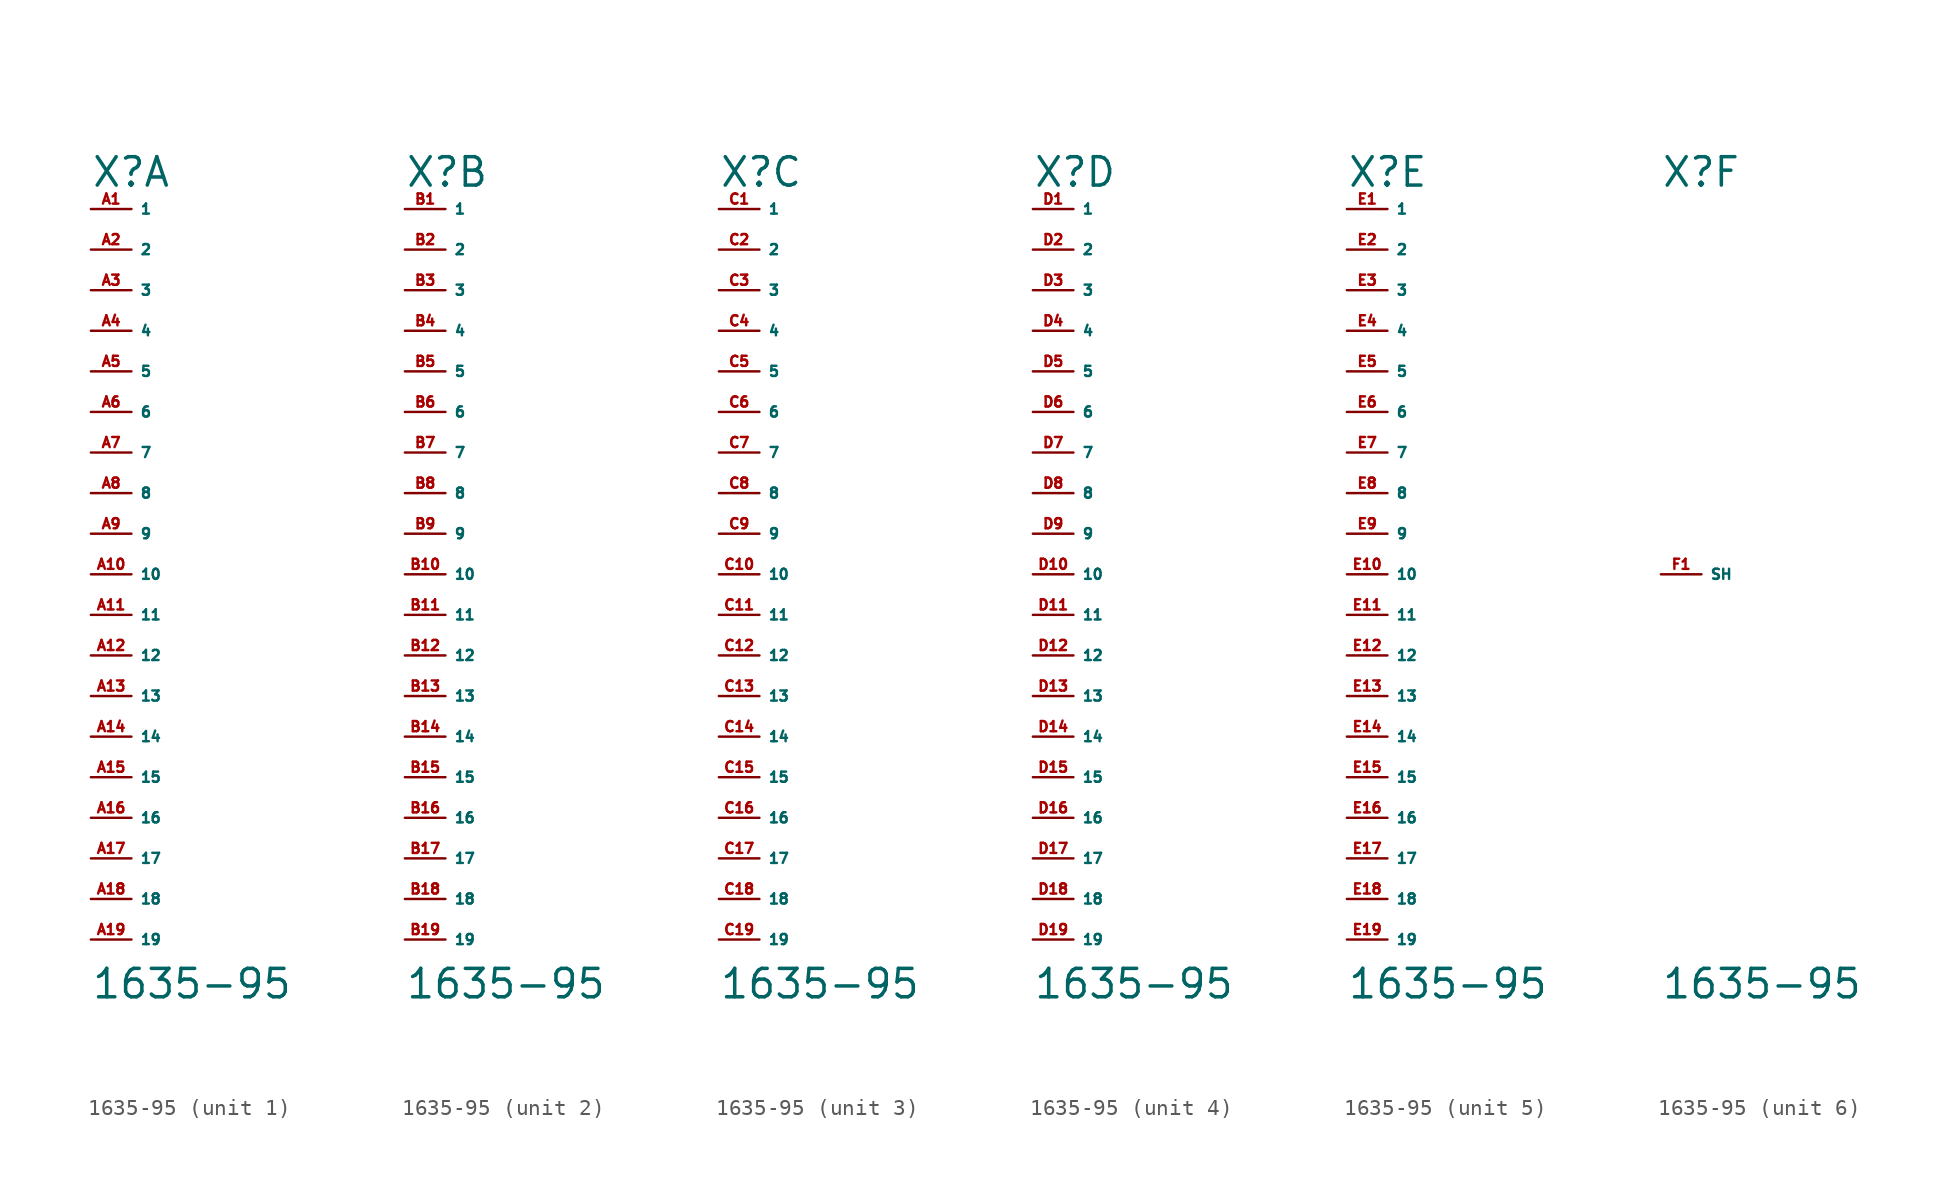
<source format=kicad_sym>
(kicad_symbol_lib
  (version 20220914)
  (generator Eagle2Kicad)
  (symbol "1635-95"
    (property "Reference" "X"
      (at -2.54 24.13 0)
      (effects (font (size 1.778 1.778) (thickness 0.22)) (justify left bottom)))
    (property "Value" "1635-95"
      (at -2.54 -26.67 0)
      (effects (font (size 1.778 1.778) (thickness 0.22)) (justify left bottom)))
    (symbol "1635-95_1_0"
      (pin passive line (at -2.54 22.86 0) (length 2.54) (name "1" (effects (font (size 0.635 0.635) (thickness 0.08)) (justify left bottom))) (number "A1" (effects (font (size 0.635 0.635) (thickness 0.08)) (justify left bottom))))
      (pin passive line (at -2.54 20.32 0) (length 2.54) (name "2" (effects (font (size 0.635 0.635) (thickness 0.08)) (justify left bottom))) (number "A2" (effects (font (size 0.635 0.635) (thickness 0.08)) (justify left bottom))))
      (pin passive line (at -2.54 17.78 0) (length 2.54) (name "3" (effects (font (size 0.635 0.635) (thickness 0.08)) (justify left bottom))) (number "A3" (effects (font (size 0.635 0.635) (thickness 0.08)) (justify left bottom))))
      (pin passive line (at -2.54 15.24 0) (length 2.54) (name "4" (effects (font (size 0.635 0.635) (thickness 0.08)) (justify left bottom))) (number "A4" (effects (font (size 0.635 0.635) (thickness 0.08)) (justify left bottom))))
      (pin passive line (at -2.54 12.7 0) (length 2.54) (name "5" (effects (font (size 0.635 0.635) (thickness 0.08)) (justify left bottom))) (number "A5" (effects (font (size 0.635 0.635) (thickness 0.08)) (justify left bottom))))
      (pin passive line (at -2.54 10.16 0) (length 2.54) (name "6" (effects (font (size 0.635 0.635) (thickness 0.08)) (justify left bottom))) (number "A6" (effects (font (size 0.635 0.635) (thickness 0.08)) (justify left bottom))))
      (pin passive line (at -2.54 7.62 0) (length 2.54) (name "7" (effects (font (size 0.635 0.635) (thickness 0.08)) (justify left bottom))) (number "A7" (effects (font (size 0.635 0.635) (thickness 0.08)) (justify left bottom))))
      (pin passive line (at -2.54 5.08 0) (length 2.54) (name "8" (effects (font (size 0.635 0.635) (thickness 0.08)) (justify left bottom))) (number "A8" (effects (font (size 0.635 0.635) (thickness 0.08)) (justify left bottom))))
      (pin passive line (at -2.54 2.54 0) (length 2.54) (name "9" (effects (font (size 0.635 0.635) (thickness 0.08)) (justify left bottom))) (number "A9" (effects (font (size 0.635 0.635) (thickness 0.08)) (justify left bottom))))
      (pin passive line (at -2.54 0 0) (length 2.54) (name "10" (effects (font (size 0.635 0.635) (thickness 0.08)) (justify left bottom))) (number "A10" (effects (font (size 0.635 0.635) (thickness 0.08)) (justify left bottom))))
      (pin passive line (at -2.54 -2.54 0) (length 2.54) (name "11" (effects (font (size 0.635 0.635) (thickness 0.08)) (justify left bottom))) (number "A11" (effects (font (size 0.635 0.635) (thickness 0.08)) (justify left bottom))))
      (pin passive line (at -2.54 -5.08 0) (length 2.54) (name "12" (effects (font (size 0.635 0.635) (thickness 0.08)) (justify left bottom))) (number "A12" (effects (font (size 0.635 0.635) (thickness 0.08)) (justify left bottom))))
      (pin passive line (at -2.54 -7.62 0) (length 2.54) (name "13" (effects (font (size 0.635 0.635) (thickness 0.08)) (justify left bottom))) (number "A13" (effects (font (size 0.635 0.635) (thickness 0.08)) (justify left bottom))))
      (pin passive line (at -2.54 -10.16 0) (length 2.54) (name "14" (effects (font (size 0.635 0.635) (thickness 0.08)) (justify left bottom))) (number "A14" (effects (font (size 0.635 0.635) (thickness 0.08)) (justify left bottom))))
      (pin passive line (at -2.54 -12.7 0) (length 2.54) (name "15" (effects (font (size 0.635 0.635) (thickness 0.08)) (justify left bottom))) (number "A15" (effects (font (size 0.635 0.635) (thickness 0.08)) (justify left bottom))))
      (pin passive line (at -2.54 -15.24 0) (length 2.54) (name "16" (effects (font (size 0.635 0.635) (thickness 0.08)) (justify left bottom))) (number "A16" (effects (font (size 0.635 0.635) (thickness 0.08)) (justify left bottom))))
      (pin passive line (at -2.54 -17.78 0) (length 2.54) (name "17" (effects (font (size 0.635 0.635) (thickness 0.08)) (justify left bottom))) (number "A17" (effects (font (size 0.635 0.635) (thickness 0.08)) (justify left bottom))))
      (pin passive line (at -2.54 -20.32 0) (length 2.54) (name "18" (effects (font (size 0.635 0.635) (thickness 0.08)) (justify left bottom))) (number "A18" (effects (font (size 0.635 0.635) (thickness 0.08)) (justify left bottom))))
      (pin passive line (at -2.54 -22.86 0) (length 2.54) (name "19" (effects (font (size 0.635 0.635) (thickness 0.08)) (justify left bottom))) (number "A19" (effects (font (size 0.635 0.635) (thickness 0.08)) (justify left bottom)))))
    (symbol "1635-95_2_0"
      (pin passive line (at -2.54 22.86 0) (length 2.54) (name "1" (effects (font (size 0.635 0.635) (thickness 0.08)) (justify left bottom))) (number "B1" (effects (font (size 0.635 0.635) (thickness 0.08)) (justify left bottom))))
      (pin passive line (at -2.54 20.32 0) (length 2.54) (name "2" (effects (font (size 0.635 0.635) (thickness 0.08)) (justify left bottom))) (number "B2" (effects (font (size 0.635 0.635) (thickness 0.08)) (justify left bottom))))
      (pin passive line (at -2.54 17.78 0) (length 2.54) (name "3" (effects (font (size 0.635 0.635) (thickness 0.08)) (justify left bottom))) (number "B3" (effects (font (size 0.635 0.635) (thickness 0.08)) (justify left bottom))))
      (pin passive line (at -2.54 15.24 0) (length 2.54) (name "4" (effects (font (size 0.635 0.635) (thickness 0.08)) (justify left bottom))) (number "B4" (effects (font (size 0.635 0.635) (thickness 0.08)) (justify left bottom))))
      (pin passive line (at -2.54 12.7 0) (length 2.54) (name "5" (effects (font (size 0.635 0.635) (thickness 0.08)) (justify left bottom))) (number "B5" (effects (font (size 0.635 0.635) (thickness 0.08)) (justify left bottom))))
      (pin passive line (at -2.54 10.16 0) (length 2.54) (name "6" (effects (font (size 0.635 0.635) (thickness 0.08)) (justify left bottom))) (number "B6" (effects (font (size 0.635 0.635) (thickness 0.08)) (justify left bottom))))
      (pin passive line (at -2.54 7.62 0) (length 2.54) (name "7" (effects (font (size 0.635 0.635) (thickness 0.08)) (justify left bottom))) (number "B7" (effects (font (size 0.635 0.635) (thickness 0.08)) (justify left bottom))))
      (pin passive line (at -2.54 5.08 0) (length 2.54) (name "8" (effects (font (size 0.635 0.635) (thickness 0.08)) (justify left bottom))) (number "B8" (effects (font (size 0.635 0.635) (thickness 0.08)) (justify left bottom))))
      (pin passive line (at -2.54 2.54 0) (length 2.54) (name "9" (effects (font (size 0.635 0.635) (thickness 0.08)) (justify left bottom))) (number "B9" (effects (font (size 0.635 0.635) (thickness 0.08)) (justify left bottom))))
      (pin passive line (at -2.54 0 0) (length 2.54) (name "10" (effects (font (size 0.635 0.635) (thickness 0.08)) (justify left bottom))) (number "B10" (effects (font (size 0.635 0.635) (thickness 0.08)) (justify left bottom))))
      (pin passive line (at -2.54 -2.54 0) (length 2.54) (name "11" (effects (font (size 0.635 0.635) (thickness 0.08)) (justify left bottom))) (number "B11" (effects (font (size 0.635 0.635) (thickness 0.08)) (justify left bottom))))
      (pin passive line (at -2.54 -5.08 0) (length 2.54) (name "12" (effects (font (size 0.635 0.635) (thickness 0.08)) (justify left bottom))) (number "B12" (effects (font (size 0.635 0.635) (thickness 0.08)) (justify left bottom))))
      (pin passive line (at -2.54 -7.62 0) (length 2.54) (name "13" (effects (font (size 0.635 0.635) (thickness 0.08)) (justify left bottom))) (number "B13" (effects (font (size 0.635 0.635) (thickness 0.08)) (justify left bottom))))
      (pin passive line (at -2.54 -10.16 0) (length 2.54) (name "14" (effects (font (size 0.635 0.635) (thickness 0.08)) (justify left bottom))) (number "B14" (effects (font (size 0.635 0.635) (thickness 0.08)) (justify left bottom))))
      (pin passive line (at -2.54 -12.7 0) (length 2.54) (name "15" (effects (font (size 0.635 0.635) (thickness 0.08)) (justify left bottom))) (number "B15" (effects (font (size 0.635 0.635) (thickness 0.08)) (justify left bottom))))
      (pin passive line (at -2.54 -15.24 0) (length 2.54) (name "16" (effects (font (size 0.635 0.635) (thickness 0.08)) (justify left bottom))) (number "B16" (effects (font (size 0.635 0.635) (thickness 0.08)) (justify left bottom))))
      (pin passive line (at -2.54 -17.78 0) (length 2.54) (name "17" (effects (font (size 0.635 0.635) (thickness 0.08)) (justify left bottom))) (number "B17" (effects (font (size 0.635 0.635) (thickness 0.08)) (justify left bottom))))
      (pin passive line (at -2.54 -20.32 0) (length 2.54) (name "18" (effects (font (size 0.635 0.635) (thickness 0.08)) (justify left bottom))) (number "B18" (effects (font (size 0.635 0.635) (thickness 0.08)) (justify left bottom))))
      (pin passive line (at -2.54 -22.86 0) (length 2.54) (name "19" (effects (font (size 0.635 0.635) (thickness 0.08)) (justify left bottom))) (number "B19" (effects (font (size 0.635 0.635) (thickness 0.08)) (justify left bottom)))))
    (symbol "1635-95_3_0"
      (pin passive line (at -2.54 22.86 0) (length 2.54) (name "1" (effects (font (size 0.635 0.635) (thickness 0.08)) (justify left bottom))) (number "C1" (effects (font (size 0.635 0.635) (thickness 0.08)) (justify left bottom))))
      (pin passive line (at -2.54 20.32 0) (length 2.54) (name "2" (effects (font (size 0.635 0.635) (thickness 0.08)) (justify left bottom))) (number "C2" (effects (font (size 0.635 0.635) (thickness 0.08)) (justify left bottom))))
      (pin passive line (at -2.54 17.78 0) (length 2.54) (name "3" (effects (font (size 0.635 0.635) (thickness 0.08)) (justify left bottom))) (number "C3" (effects (font (size 0.635 0.635) (thickness 0.08)) (justify left bottom))))
      (pin passive line (at -2.54 15.24 0) (length 2.54) (name "4" (effects (font (size 0.635 0.635) (thickness 0.08)) (justify left bottom))) (number "C4" (effects (font (size 0.635 0.635) (thickness 0.08)) (justify left bottom))))
      (pin passive line (at -2.54 12.7 0) (length 2.54) (name "5" (effects (font (size 0.635 0.635) (thickness 0.08)) (justify left bottom))) (number "C5" (effects (font (size 0.635 0.635) (thickness 0.08)) (justify left bottom))))
      (pin passive line (at -2.54 10.16 0) (length 2.54) (name "6" (effects (font (size 0.635 0.635) (thickness 0.08)) (justify left bottom))) (number "C6" (effects (font (size 0.635 0.635) (thickness 0.08)) (justify left bottom))))
      (pin passive line (at -2.54 7.62 0) (length 2.54) (name "7" (effects (font (size 0.635 0.635) (thickness 0.08)) (justify left bottom))) (number "C7" (effects (font (size 0.635 0.635) (thickness 0.08)) (justify left bottom))))
      (pin passive line (at -2.54 5.08 0) (length 2.54) (name "8" (effects (font (size 0.635 0.635) (thickness 0.08)) (justify left bottom))) (number "C8" (effects (font (size 0.635 0.635) (thickness 0.08)) (justify left bottom))))
      (pin passive line (at -2.54 2.54 0) (length 2.54) (name "9" (effects (font (size 0.635 0.635) (thickness 0.08)) (justify left bottom))) (number "C9" (effects (font (size 0.635 0.635) (thickness 0.08)) (justify left bottom))))
      (pin passive line (at -2.54 0 0) (length 2.54) (name "10" (effects (font (size 0.635 0.635) (thickness 0.08)) (justify left bottom))) (number "C10" (effects (font (size 0.635 0.635) (thickness 0.08)) (justify left bottom))))
      (pin passive line (at -2.54 -2.54 0) (length 2.54) (name "11" (effects (font (size 0.635 0.635) (thickness 0.08)) (justify left bottom))) (number "C11" (effects (font (size 0.635 0.635) (thickness 0.08)) (justify left bottom))))
      (pin passive line (at -2.54 -5.08 0) (length 2.54) (name "12" (effects (font (size 0.635 0.635) (thickness 0.08)) (justify left bottom))) (number "C12" (effects (font (size 0.635 0.635) (thickness 0.08)) (justify left bottom))))
      (pin passive line (at -2.54 -7.62 0) (length 2.54) (name "13" (effects (font (size 0.635 0.635) (thickness 0.08)) (justify left bottom))) (number "C13" (effects (font (size 0.635 0.635) (thickness 0.08)) (justify left bottom))))
      (pin passive line (at -2.54 -10.16 0) (length 2.54) (name "14" (effects (font (size 0.635 0.635) (thickness 0.08)) (justify left bottom))) (number "C14" (effects (font (size 0.635 0.635) (thickness 0.08)) (justify left bottom))))
      (pin passive line (at -2.54 -12.7 0) (length 2.54) (name "15" (effects (font (size 0.635 0.635) (thickness 0.08)) (justify left bottom))) (number "C15" (effects (font (size 0.635 0.635) (thickness 0.08)) (justify left bottom))))
      (pin passive line (at -2.54 -15.24 0) (length 2.54) (name "16" (effects (font (size 0.635 0.635) (thickness 0.08)) (justify left bottom))) (number "C16" (effects (font (size 0.635 0.635) (thickness 0.08)) (justify left bottom))))
      (pin passive line (at -2.54 -17.78 0) (length 2.54) (name "17" (effects (font (size 0.635 0.635) (thickness 0.08)) (justify left bottom))) (number "C17" (effects (font (size 0.635 0.635) (thickness 0.08)) (justify left bottom))))
      (pin passive line (at -2.54 -20.32 0) (length 2.54) (name "18" (effects (font (size 0.635 0.635) (thickness 0.08)) (justify left bottom))) (number "C18" (effects (font (size 0.635 0.635) (thickness 0.08)) (justify left bottom))))
      (pin passive line (at -2.54 -22.86 0) (length 2.54) (name "19" (effects (font (size 0.635 0.635) (thickness 0.08)) (justify left bottom))) (number "C19" (effects (font (size 0.635 0.635) (thickness 0.08)) (justify left bottom)))))
    (symbol "1635-95_4_0"
      (pin passive line (at -2.54 22.86 0) (length 2.54) (name "1" (effects (font (size 0.635 0.635) (thickness 0.08)) (justify left bottom))) (number "D1" (effects (font (size 0.635 0.635) (thickness 0.08)) (justify left bottom))))
      (pin passive line (at -2.54 20.32 0) (length 2.54) (name "2" (effects (font (size 0.635 0.635) (thickness 0.08)) (justify left bottom))) (number "D2" (effects (font (size 0.635 0.635) (thickness 0.08)) (justify left bottom))))
      (pin passive line (at -2.54 17.78 0) (length 2.54) (name "3" (effects (font (size 0.635 0.635) (thickness 0.08)) (justify left bottom))) (number "D3" (effects (font (size 0.635 0.635) (thickness 0.08)) (justify left bottom))))
      (pin passive line (at -2.54 15.24 0) (length 2.54) (name "4" (effects (font (size 0.635 0.635) (thickness 0.08)) (justify left bottom))) (number "D4" (effects (font (size 0.635 0.635) (thickness 0.08)) (justify left bottom))))
      (pin passive line (at -2.54 12.7 0) (length 2.54) (name "5" (effects (font (size 0.635 0.635) (thickness 0.08)) (justify left bottom))) (number "D5" (effects (font (size 0.635 0.635) (thickness 0.08)) (justify left bottom))))
      (pin passive line (at -2.54 10.16 0) (length 2.54) (name "6" (effects (font (size 0.635 0.635) (thickness 0.08)) (justify left bottom))) (number "D6" (effects (font (size 0.635 0.635) (thickness 0.08)) (justify left bottom))))
      (pin passive line (at -2.54 7.62 0) (length 2.54) (name "7" (effects (font (size 0.635 0.635) (thickness 0.08)) (justify left bottom))) (number "D7" (effects (font (size 0.635 0.635) (thickness 0.08)) (justify left bottom))))
      (pin passive line (at -2.54 5.08 0) (length 2.54) (name "8" (effects (font (size 0.635 0.635) (thickness 0.08)) (justify left bottom))) (number "D8" (effects (font (size 0.635 0.635) (thickness 0.08)) (justify left bottom))))
      (pin passive line (at -2.54 2.54 0) (length 2.54) (name "9" (effects (font (size 0.635 0.635) (thickness 0.08)) (justify left bottom))) (number "D9" (effects (font (size 0.635 0.635) (thickness 0.08)) (justify left bottom))))
      (pin passive line (at -2.54 0 0) (length 2.54) (name "10" (effects (font (size 0.635 0.635) (thickness 0.08)) (justify left bottom))) (number "D10" (effects (font (size 0.635 0.635) (thickness 0.08)) (justify left bottom))))
      (pin passive line (at -2.54 -2.54 0) (length 2.54) (name "11" (effects (font (size 0.635 0.635) (thickness 0.08)) (justify left bottom))) (number "D11" (effects (font (size 0.635 0.635) (thickness 0.08)) (justify left bottom))))
      (pin passive line (at -2.54 -5.08 0) (length 2.54) (name "12" (effects (font (size 0.635 0.635) (thickness 0.08)) (justify left bottom))) (number "D12" (effects (font (size 0.635 0.635) (thickness 0.08)) (justify left bottom))))
      (pin passive line (at -2.54 -7.62 0) (length 2.54) (name "13" (effects (font (size 0.635 0.635) (thickness 0.08)) (justify left bottom))) (number "D13" (effects (font (size 0.635 0.635) (thickness 0.08)) (justify left bottom))))
      (pin passive line (at -2.54 -10.16 0) (length 2.54) (name "14" (effects (font (size 0.635 0.635) (thickness 0.08)) (justify left bottom))) (number "D14" (effects (font (size 0.635 0.635) (thickness 0.08)) (justify left bottom))))
      (pin passive line (at -2.54 -12.7 0) (length 2.54) (name "15" (effects (font (size 0.635 0.635) (thickness 0.08)) (justify left bottom))) (number "D15" (effects (font (size 0.635 0.635) (thickness 0.08)) (justify left bottom))))
      (pin passive line (at -2.54 -15.24 0) (length 2.54) (name "16" (effects (font (size 0.635 0.635) (thickness 0.08)) (justify left bottom))) (number "D16" (effects (font (size 0.635 0.635) (thickness 0.08)) (justify left bottom))))
      (pin passive line (at -2.54 -17.78 0) (length 2.54) (name "17" (effects (font (size 0.635 0.635) (thickness 0.08)) (justify left bottom))) (number "D17" (effects (font (size 0.635 0.635) (thickness 0.08)) (justify left bottom))))
      (pin passive line (at -2.54 -20.32 0) (length 2.54) (name "18" (effects (font (size 0.635 0.635) (thickness 0.08)) (justify left bottom))) (number "D18" (effects (font (size 0.635 0.635) (thickness 0.08)) (justify left bottom))))
      (pin passive line (at -2.54 -22.86 0) (length 2.54) (name "19" (effects (font (size 0.635 0.635) (thickness 0.08)) (justify left bottom))) (number "D19" (effects (font (size 0.635 0.635) (thickness 0.08)) (justify left bottom)))))
    (symbol "1635-95_5_0"
      (pin passive line (at -2.54 22.86 0) (length 2.54) (name "1" (effects (font (size 0.635 0.635) (thickness 0.08)) (justify left bottom))) (number "E1" (effects (font (size 0.635 0.635) (thickness 0.08)) (justify left bottom))))
      (pin passive line (at -2.54 20.32 0) (length 2.54) (name "2" (effects (font (size 0.635 0.635) (thickness 0.08)) (justify left bottom))) (number "E2" (effects (font (size 0.635 0.635) (thickness 0.08)) (justify left bottom))))
      (pin passive line (at -2.54 17.78 0) (length 2.54) (name "3" (effects (font (size 0.635 0.635) (thickness 0.08)) (justify left bottom))) (number "E3" (effects (font (size 0.635 0.635) (thickness 0.08)) (justify left bottom))))
      (pin passive line (at -2.54 15.24 0) (length 2.54) (name "4" (effects (font (size 0.635 0.635) (thickness 0.08)) (justify left bottom))) (number "E4" (effects (font (size 0.635 0.635) (thickness 0.08)) (justify left bottom))))
      (pin passive line (at -2.54 12.7 0) (length 2.54) (name "5" (effects (font (size 0.635 0.635) (thickness 0.08)) (justify left bottom))) (number "E5" (effects (font (size 0.635 0.635) (thickness 0.08)) (justify left bottom))))
      (pin passive line (at -2.54 10.16 0) (length 2.54) (name "6" (effects (font (size 0.635 0.635) (thickness 0.08)) (justify left bottom))) (number "E6" (effects (font (size 0.635 0.635) (thickness 0.08)) (justify left bottom))))
      (pin passive line (at -2.54 7.62 0) (length 2.54) (name "7" (effects (font (size 0.635 0.635) (thickness 0.08)) (justify left bottom))) (number "E7" (effects (font (size 0.635 0.635) (thickness 0.08)) (justify left bottom))))
      (pin passive line (at -2.54 5.08 0) (length 2.54) (name "8" (effects (font (size 0.635 0.635) (thickness 0.08)) (justify left bottom))) (number "E8" (effects (font (size 0.635 0.635) (thickness 0.08)) (justify left bottom))))
      (pin passive line (at -2.54 2.54 0) (length 2.54) (name "9" (effects (font (size 0.635 0.635) (thickness 0.08)) (justify left bottom))) (number "E9" (effects (font (size 0.635 0.635) (thickness 0.08)) (justify left bottom))))
      (pin passive line (at -2.54 0 0) (length 2.54) (name "10" (effects (font (size 0.635 0.635) (thickness 0.08)) (justify left bottom))) (number "E10" (effects (font (size 0.635 0.635) (thickness 0.08)) (justify left bottom))))
      (pin passive line (at -2.54 -2.54 0) (length 2.54) (name "11" (effects (font (size 0.635 0.635) (thickness 0.08)) (justify left bottom))) (number "E11" (effects (font (size 0.635 0.635) (thickness 0.08)) (justify left bottom))))
      (pin passive line (at -2.54 -5.08 0) (length 2.54) (name "12" (effects (font (size 0.635 0.635) (thickness 0.08)) (justify left bottom))) (number "E12" (effects (font (size 0.635 0.635) (thickness 0.08)) (justify left bottom))))
      (pin passive line (at -2.54 -7.62 0) (length 2.54) (name "13" (effects (font (size 0.635 0.635) (thickness 0.08)) (justify left bottom))) (number "E13" (effects (font (size 0.635 0.635) (thickness 0.08)) (justify left bottom))))
      (pin passive line (at -2.54 -10.16 0) (length 2.54) (name "14" (effects (font (size 0.635 0.635) (thickness 0.08)) (justify left bottom))) (number "E14" (effects (font (size 0.635 0.635) (thickness 0.08)) (justify left bottom))))
      (pin passive line (at -2.54 -12.7 0) (length 2.54) (name "15" (effects (font (size 0.635 0.635) (thickness 0.08)) (justify left bottom))) (number "E15" (effects (font (size 0.635 0.635) (thickness 0.08)) (justify left bottom))))
      (pin passive line (at -2.54 -15.24 0) (length 2.54) (name "16" (effects (font (size 0.635 0.635) (thickness 0.08)) (justify left bottom))) (number "E16" (effects (font (size 0.635 0.635) (thickness 0.08)) (justify left bottom))))
      (pin passive line (at -2.54 -17.78 0) (length 2.54) (name "17" (effects (font (size 0.635 0.635) (thickness 0.08)) (justify left bottom))) (number "E17" (effects (font (size 0.635 0.635) (thickness 0.08)) (justify left bottom))))
      (pin passive line (at -2.54 -20.32 0) (length 2.54) (name "18" (effects (font (size 0.635 0.635) (thickness 0.08)) (justify left bottom))) (number "E18" (effects (font (size 0.635 0.635) (thickness 0.08)) (justify left bottom))))
      (pin passive line (at -2.54 -22.86 0) (length 2.54) (name "19" (effects (font (size 0.635 0.635) (thickness 0.08)) (justify left bottom))) (number "E19" (effects (font (size 0.635 0.635) (thickness 0.08)) (justify left bottom)))))
    (symbol "1635-95_6_0"
      (pin passive line (at -2.54 0 0) (length 2.54) (name "SH" (effects (font (size 0.635 0.635) (thickness 0.08)) (justify left bottom))) (number "F1" (effects (font (size 0.635 0.635) (thickness 0.08)) (justify left bottom)))))))
</source>
